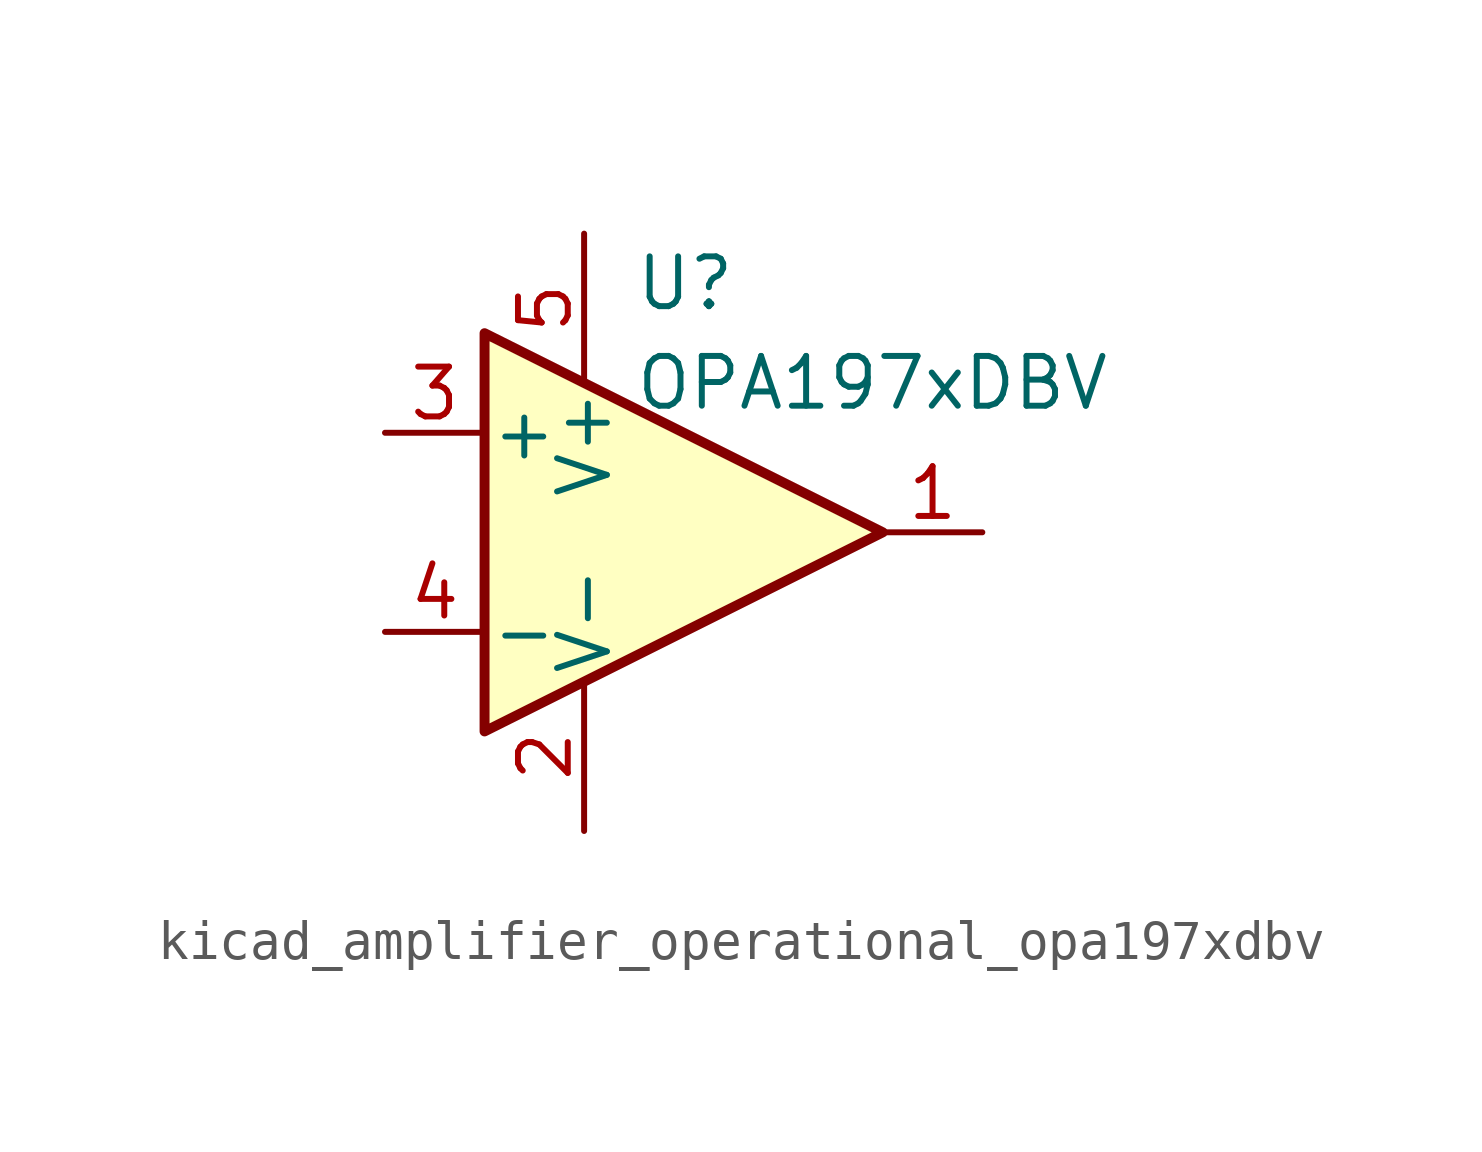
<source format=kicad_sym>
(kicad_symbol_lib
  (version 20220914)
  (generator kicad_symbol_editor)
  (symbol "kicad_amplifier_operational_opa197xdbv"
    (pin_names
      (offset 0.127))
    (property "Reference" "U"
      (at -1.27 6.35 0)
      (effects (font (size 1.27 1.27)) (justify left)))
    (property "Value" "OPA197xDBV"
      (at -1.27 3.81 0)
      (effects (font (size 1.27 1.27)) (justify left)))
    (symbol "kicad_amplifier_operational_opa197xdbv_0_1"
      (polyline (pts (xy -5.08 5.08) (xy 5.08 0) (xy -5.08 -5.08) (xy -5.08 5.08)) (stroke (width 0.254) (type default)) (fill (type background)))
      (pin power_in line (at -2.54 -7.62 90) (length 3.81) (name "V-" (effects (font (size 1.27 1.27)))) (number "2" (effects (font (size 1.27 1.27)))))
      (pin power_in line (at -2.54 7.62 270) (length 3.81) (name "V+" (effects (font (size 1.27 1.27)))) (number "5" (effects (font (size 1.27 1.27))))))
    (symbol "kicad_amplifier_operational_opa197xdbv_1_1"
      (pin output line (at 7.62 0 180) (length 2.54) (name "~" (effects (font (size 1.27 1.27)))) (number "1" (effects (font (size 1.27 1.27)))))
      (pin input line (at -7.62 2.54 0) (length 2.54) (name "+" (effects (font (size 1.27 1.27)))) (number "3" (effects (font (size 1.27 1.27)))))
      (pin input line (at -7.62 -2.54 0) (length 2.54) (name "-" (effects (font (size 1.27 1.27)))) (number "4" (effects (font (size 1.27 1.27))))))))
</source>
